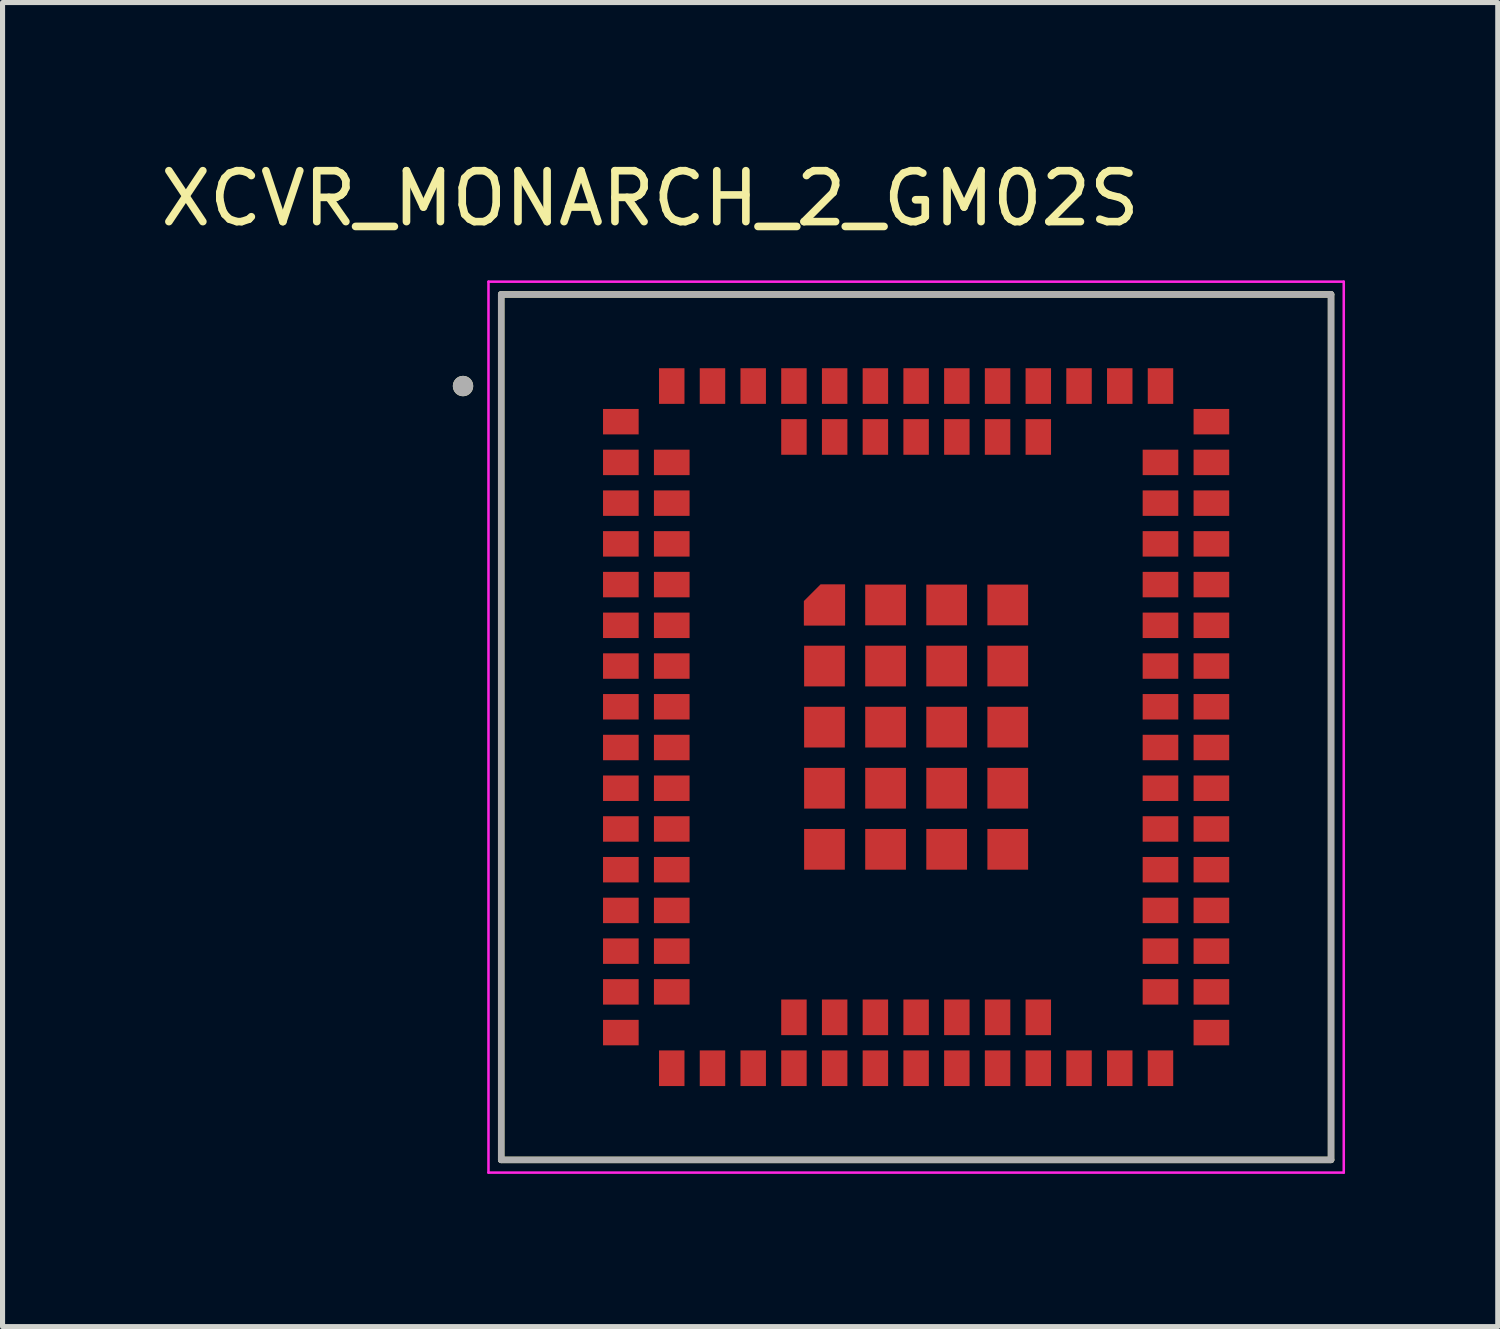
<source format=kicad_pcb>
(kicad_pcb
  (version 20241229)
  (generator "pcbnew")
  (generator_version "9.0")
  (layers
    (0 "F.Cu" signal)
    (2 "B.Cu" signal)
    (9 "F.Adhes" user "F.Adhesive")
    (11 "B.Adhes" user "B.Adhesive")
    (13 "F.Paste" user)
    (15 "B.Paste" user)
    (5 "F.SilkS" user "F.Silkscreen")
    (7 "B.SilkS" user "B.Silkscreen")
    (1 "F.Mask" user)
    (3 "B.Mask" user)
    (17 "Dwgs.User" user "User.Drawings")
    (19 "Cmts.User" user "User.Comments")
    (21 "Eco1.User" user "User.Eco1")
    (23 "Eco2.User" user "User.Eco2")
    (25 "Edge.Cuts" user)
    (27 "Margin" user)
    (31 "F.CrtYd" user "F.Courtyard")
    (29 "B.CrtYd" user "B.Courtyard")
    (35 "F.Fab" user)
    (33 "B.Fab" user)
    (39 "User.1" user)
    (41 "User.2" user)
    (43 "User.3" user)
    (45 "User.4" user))
  (footprint "XCVR_MONARCH_2_GM02S"
    (layer "F.Cu")
    (at 14.945 11.233)
    (property "Reference" "XCVR_MONARCH_2_GM02S" (at -5.225 -10.385 0) (layer "F.SilkS") (effects (font (size 1 1) (thickness 0.15))))
    (attr smd)
    (fp_poly (pts (xy -2.3 -1.9) (xy -2.3 -2.525) (xy -1.925 -2.9) (xy -1.3 -2.9) (xy -1.3 -1.9)) (stroke (width 0.01) (type solid)) (fill yes) (layer "F.Mask"))
    (fp_line (start -8.15 -8.5) (end 8.15 -8.5) (stroke (width 0.127) (type solid)) (layer "F.SilkS"))
    (fp_line (start -8.15 8.5) (end -8.15 -8.5) (stroke (width 0.127) (type solid)) (layer "F.SilkS"))
    (fp_line (start 8.15 -8.5) (end 8.15 8.5) (stroke (width 0.127) (type solid)) (layer "F.SilkS"))
    (fp_line (start 8.15 8.5) (end -8.15 8.5) (stroke (width 0.127) (type solid)) (layer "F.SilkS"))
    (fp_circle (center -8.9 -6.7) (end -8.8 -6.7) (stroke (width 0.2) (type solid)) (fill no) (layer "F.SilkS"))
    (fp_poly (pts (xy -2.2 -2) (xy -2.2 -2.475) (xy -1.875 -2.8) (xy -1.4 -2.8) (xy -1.4 -2)) (stroke (width 0.01) (type solid)) (fill yes) (layer "F.Paste"))
    (fp_line (start -8.4 -8.75) (end -8.4 8.75) (stroke (width 0.05) (type solid)) (layer "F.CrtYd"))
    (fp_line (start -8.4 8.75) (end 8.4 8.75) (stroke (width 0.05) (type solid)) (layer "F.CrtYd"))
    (fp_line (start 8.4 -8.75) (end -8.4 -8.75) (stroke (width 0.05) (type solid)) (layer "F.CrtYd"))
    (fp_line (start 8.4 8.75) (end 8.4 -8.75) (stroke (width 0.05) (type solid)) (layer "F.CrtYd"))
    (fp_line (start -8.15 -8.5) (end 8.15 -8.5) (stroke (width 0.127) (type solid)) (layer "F.Fab"))
    (fp_line (start -8.15 8.5) (end -8.15 -8.5) (stroke (width 0.127) (type solid)) (layer "F.Fab"))
    (fp_line (start 8.15 -8.5) (end 8.15 8.5) (stroke (width 0.127) (type solid)) (layer "F.Fab"))
    (fp_line (start 8.15 8.5) (end -8.15 8.5) (stroke (width 0.127) (type solid)) (layer "F.Fab"))
    (fp_circle (center -8.9 -6.7) (end -8.8 -6.7) (stroke (width 0.2) (type solid)) (fill no) (layer "F.Fab"))
    (pad "1" smd rect (at -4.8 -6.7) (size 0.5 0.7) (layers "F.Cu" "F.Mask" "F.Paste"))
    (pad "2" smd rect (at -4 -6.7) (size 0.5 0.7) (layers "F.Cu" "F.Mask" "F.Paste"))
    (pad "3" smd rect (at -3.2 -6.7) (size 0.5 0.7) (layers "F.Cu" "F.Mask" "F.Paste"))
    (pad "4" smd rect (at -2.4 -6.7) (size 0.5 0.7) (layers "F.Cu" "F.Mask" "F.Paste"))
    (pad "5" smd rect (at -2.4 -5.7) (size 0.5 0.7) (layers "F.Cu" "F.Mask" "F.Paste"))
    (pad "6" smd rect (at -1.6 -6.7) (size 0.5 0.7) (layers "F.Cu" "F.Mask" "F.Paste"))
    (pad "7" smd rect (at -1.6 -5.7) (size 0.5 0.7) (layers "F.Cu" "F.Mask" "F.Paste"))
    (pad "8" smd rect (at -0.8 -6.7) (size 0.5 0.7) (layers "F.Cu" "F.Mask" "F.Paste"))
    (pad "9" smd rect (at -0.8 -5.7) (size 0.5 0.7) (layers "F.Cu" "F.Mask" "F.Paste"))
    (pad "10" smd rect (at 0 -6.7) (size 0.5 0.7) (layers "F.Cu" "F.Mask" "F.Paste"))
    (pad "11" smd rect (at 0 -5.7) (size 0.5 0.7) (layers "F.Cu" "F.Mask" "F.Paste"))
    (pad "12" smd rect (at 0.8 -6.7) (size 0.5 0.7) (layers "F.Cu" "F.Mask" "F.Paste"))
    (pad "13" smd rect (at 0.8 -5.7) (size 0.5 0.7) (layers "F.Cu" "F.Mask" "F.Paste"))
    (pad "14" smd rect (at 1.6 -6.7) (size 0.5 0.7) (layers "F.Cu" "F.Mask" "F.Paste"))
    (pad "15" smd rect (at 1.6 -5.7) (size 0.5 0.7) (layers "F.Cu" "F.Mask" "F.Paste"))
    (pad "16" smd rect (at 2.4 -6.7) (size 0.5 0.7) (layers "F.Cu" "F.Mask" "F.Paste"))
    (pad "17" smd rect (at 2.4 -5.7) (size 0.5 0.7) (layers "F.Cu" "F.Mask" "F.Paste"))
    (pad "18" smd rect (at 3.2 -6.7) (size 0.5 0.7) (layers "F.Cu" "F.Mask" "F.Paste"))
    (pad "19" smd rect (at 4 -6.7) (size 0.5 0.7) (layers "F.Cu" "F.Mask" "F.Paste"))
    (pad "20" smd rect (at 4.8 -6.7) (size 0.5 0.7) (layers "F.Cu" "F.Mask" "F.Paste"))
    (pad "21" smd rect (at 5.8 -6) (size 0.7 0.5) (layers "F.Cu" "F.Mask" "F.Paste"))
    (pad "22" smd rect (at 5.8 -5.2) (size 0.7 0.5) (layers "F.Cu" "F.Mask" "F.Paste"))
    (pad "23" smd rect (at 4.8 -5.2) (size 0.7 0.5) (layers "F.Cu" "F.Mask" "F.Paste"))
    (pad "24" smd rect (at 5.8 -4.4) (size 0.7 0.5) (layers "F.Cu" "F.Mask" "F.Paste"))
    (pad "25" smd rect (at 4.8 -4.4) (size 0.7 0.5) (layers "F.Cu" "F.Mask" "F.Paste"))
    (pad "26" smd rect (at 5.8 -3.6) (size 0.7 0.5) (layers "F.Cu" "F.Mask" "F.Paste"))
    (pad "27" smd rect (at 4.8 -3.6) (size 0.7 0.5) (layers "F.Cu" "F.Mask" "F.Paste"))
    (pad "28" smd rect (at 5.8 -2.8) (size 0.7 0.5) (layers "F.Cu" "F.Mask" "F.Paste"))
    (pad "29" smd rect (at 4.8 -2.8) (size 0.7 0.5) (layers "F.Cu" "F.Mask" "F.Paste"))
    (pad "30" smd rect (at 5.8 -2) (size 0.7 0.5) (layers "F.Cu" "F.Mask" "F.Paste"))
    (pad "31" smd rect (at 4.8 -2) (size 0.7 0.5) (layers "F.Cu" "F.Mask" "F.Paste"))
    (pad "32" smd rect (at 5.8 -1.2) (size 0.7 0.5) (layers "F.Cu" "F.Mask" "F.Paste"))
    (pad "33" smd rect (at 4.8 -1.2) (size 0.7 0.5) (layers "F.Cu" "F.Mask" "F.Paste"))
    (pad "34" smd rect (at 5.8 -0.4) (size 0.7 0.5) (layers "F.Cu" "F.Mask" "F.Paste"))
    (pad "35" smd rect (at 4.8 -0.4) (size 0.7 0.5) (layers "F.Cu" "F.Mask" "F.Paste"))
    (pad "36" smd rect (at 5.8 0.4) (size 0.7 0.5) (layers "F.Cu" "F.Mask" "F.Paste"))
    (pad "37" smd rect (at 4.8 0.4) (size 0.7 0.5) (layers "F.Cu" "F.Mask" "F.Paste"))
    (pad "38" smd rect (at 5.8 1.2) (size 0.7 0.5) (layers "F.Cu" "F.Mask" "F.Paste"))
    (pad "39" smd rect (at 4.8 1.2) (size 0.7 0.5) (layers "F.Cu" "F.Mask" "F.Paste"))
    (pad "40" smd rect (at 5.8 2) (size 0.7 0.5) (layers "F.Cu" "F.Mask" "F.Paste"))
    (pad "41" smd rect (at 4.8 2) (size 0.7 0.5) (layers "F.Cu" "F.Mask" "F.Paste"))
    (pad "42" smd rect (at 5.8 2.8) (size 0.7 0.5) (layers "F.Cu" "F.Mask" "F.Paste"))
    (pad "43" smd rect (at 4.8 2.8) (size 0.7 0.5) (layers "F.Cu" "F.Mask" "F.Paste"))
    (pad "44" smd rect (at 5.8 3.6) (size 0.7 0.5) (layers "F.Cu" "F.Mask" "F.Paste"))
    (pad "45" smd rect (at 4.8 3.6) (size 0.7 0.5) (layers "F.Cu" "F.Mask" "F.Paste"))
    (pad "46" smd rect (at 5.8 4.4) (size 0.7 0.5) (layers "F.Cu" "F.Mask" "F.Paste"))
    (pad "47" smd rect (at 4.8 4.4) (size 0.7 0.5) (layers "F.Cu" "F.Mask" "F.Paste"))
    (pad "48" smd rect (at 5.8 5.2) (size 0.7 0.5) (layers "F.Cu" "F.Mask" "F.Paste"))
    (pad "49" smd rect (at 4.8 5.2) (size 0.7 0.5) (layers "F.Cu" "F.Mask" "F.Paste"))
    (pad "50" smd rect (at 5.8 6) (size 0.7 0.5) (layers "F.Cu" "F.Mask" "F.Paste"))
    (pad "51" smd rect (at 4.8 6.7) (size 0.5 0.7) (layers "F.Cu" "F.Mask" "F.Paste"))
    (pad "52" smd rect (at 4 6.7) (size 0.5 0.7) (layers "F.Cu" "F.Mask" "F.Paste"))
    (pad "53" smd rect (at 3.2 6.7) (size 0.5 0.7) (layers "F.Cu" "F.Mask" "F.Paste"))
    (pad "54" smd rect (at 2.4 6.7) (size 0.5 0.7) (layers "F.Cu" "F.Mask" "F.Paste"))
    (pad "55" smd rect (at 2.4 5.7) (size 0.5 0.7) (layers "F.Cu" "F.Mask" "F.Paste"))
    (pad "56" smd rect (at 1.6 6.7) (size 0.5 0.7) (layers "F.Cu" "F.Mask" "F.Paste"))
    (pad "57" smd rect (at 1.6 5.7) (size 0.5 0.7) (layers "F.Cu" "F.Mask" "F.Paste"))
    (pad "58" smd rect (at 0.8 6.7) (size 0.5 0.7) (layers "F.Cu" "F.Mask" "F.Paste"))
    (pad "59" smd rect (at 0.8 5.7) (size 0.5 0.7) (layers "F.Cu" "F.Mask" "F.Paste"))
    (pad "60" smd rect (at 0 6.7) (size 0.5 0.7) (layers "F.Cu" "F.Mask" "F.Paste"))
    (pad "61" smd rect (at 0 5.7) (size 0.5 0.7) (layers "F.Cu" "F.Mask" "F.Paste"))
    (pad "62" smd rect (at -0.8 6.7) (size 0.5 0.7) (layers "F.Cu" "F.Mask" "F.Paste"))
    (pad "63" smd rect (at -0.8 5.7) (size 0.5 0.7) (layers "F.Cu" "F.Mask" "F.Paste"))
    (pad "64" smd rect (at -1.6 6.7) (size 0.5 0.7) (layers "F.Cu" "F.Mask" "F.Paste"))
    (pad "65" smd rect (at -1.6 5.7) (size 0.5 0.7) (layers "F.Cu" "F.Mask" "F.Paste"))
    (pad "66" smd rect (at -2.4 6.7) (size 0.5 0.7) (layers "F.Cu" "F.Mask" "F.Paste"))
    (pad "67" smd rect (at -2.4 5.7) (size 0.5 0.7) (layers "F.Cu" "F.Mask" "F.Paste"))
    (pad "68" smd rect (at -3.2 6.7) (size 0.5 0.7) (layers "F.Cu" "F.Mask" "F.Paste"))
    (pad "69" smd rect (at -4 6.7) (size 0.5 0.7) (layers "F.Cu" "F.Mask" "F.Paste"))
    (pad "70" smd rect (at -4.8 6.7) (size 0.5 0.7) (layers "F.Cu" "F.Mask" "F.Paste"))
    (pad "71" smd rect (at -5.8 6) (size 0.7 0.5) (layers "F.Cu" "F.Mask" "F.Paste"))
    (pad "72" smd rect (at -5.8 5.2) (size 0.7 0.5) (layers "F.Cu" "F.Mask" "F.Paste"))
    (pad "73" smd rect (at -4.8 5.2) (size 0.7 0.5) (layers "F.Cu" "F.Mask" "F.Paste"))
    (pad "74" smd rect (at -5.8 4.4) (size 0.7 0.5) (layers "F.Cu" "F.Mask" "F.Paste"))
    (pad "75" smd rect (at -4.8 4.4) (size 0.7 0.5) (layers "F.Cu" "F.Mask" "F.Paste"))
    (pad "76" smd rect (at -5.8 3.6) (size 0.7 0.5) (layers "F.Cu" "F.Mask" "F.Paste"))
    (pad "77" smd rect (at -4.8 3.6) (size 0.7 0.5) (layers "F.Cu" "F.Mask" "F.Paste"))
    (pad "78" smd rect (at -5.8 2.8) (size 0.7 0.5) (layers "F.Cu" "F.Mask" "F.Paste"))
    (pad "79" smd rect (at -4.8 2.8) (size 0.7 0.5) (layers "F.Cu" "F.Mask" "F.Paste"))
    (pad "80" smd rect (at -5.8 2) (size 0.7 0.5) (layers "F.Cu" "F.Mask" "F.Paste"))
    (pad "81" smd rect (at -4.8 2) (size 0.7 0.5) (layers "F.Cu" "F.Mask" "F.Paste"))
    (pad "82" smd rect (at -5.8 1.2) (size 0.7 0.5) (layers "F.Cu" "F.Mask" "F.Paste"))
    (pad "83" smd rect (at -4.8 1.2) (size 0.7 0.5) (layers "F.Cu" "F.Mask" "F.Paste"))
    (pad "84" smd rect (at -5.8 0.4) (size 0.7 0.5) (layers "F.Cu" "F.Mask" "F.Paste"))
    (pad "85" smd rect (at -4.8 0.4) (size 0.7 0.5) (layers "F.Cu" "F.Mask" "F.Paste"))
    (pad "86" smd rect (at -5.8 -0.4) (size 0.7 0.5) (layers "F.Cu" "F.Mask" "F.Paste"))
    (pad "87" smd rect (at -4.8 -0.4) (size 0.7 0.5) (layers "F.Cu" "F.Mask" "F.Paste"))
    (pad "88" smd rect (at -5.8 -1.2) (size 0.7 0.5) (layers "F.Cu" "F.Mask" "F.Paste"))
    (pad "89" smd rect (at -4.8 -1.2) (size 0.7 0.5) (layers "F.Cu" "F.Mask" "F.Paste"))
    (pad "90" smd rect (at -5.8 -2) (size 0.7 0.5) (layers "F.Cu" "F.Mask" "F.Paste"))
    (pad "91" smd rect (at -4.8 -2) (size 0.7 0.5) (layers "F.Cu" "F.Mask" "F.Paste"))
    (pad "92" smd rect (at -5.8 -2.8) (size 0.7 0.5) (layers "F.Cu" "F.Mask" "F.Paste"))
    (pad "93" smd rect (at -4.8 -2.8) (size 0.7 0.5) (layers "F.Cu" "F.Mask" "F.Paste"))
    (pad "94" smd rect (at -5.8 -3.6) (size 0.7 0.5) (layers "F.Cu" "F.Mask" "F.Paste"))
    (pad "95" smd rect (at -4.8 -3.6) (size 0.7 0.5) (layers "F.Cu" "F.Mask" "F.Paste"))
    (pad "96" smd rect (at -5.8 -4.4) (size 0.7 0.5) (layers "F.Cu" "F.Mask" "F.Paste"))
    (pad "97" smd rect (at -4.8 -4.4) (size 0.7 0.5) (layers "F.Cu" "F.Mask" "F.Paste"))
    (pad "98" smd rect (at -5.8 -5.2) (size 0.7 0.5) (layers "F.Cu" "F.Mask" "F.Paste"))
    (pad "99" smd rect (at -4.8 -5.2) (size 0.7 0.5) (layers "F.Cu" "F.Mask" "F.Paste"))
    (pad "100" smd rect (at -5.8 -6) (size 0.7 0.5) (layers "F.Cu" "F.Mask" "F.Paste"))
    (pad "G1" smd custom (at -1.8 -2.4) (size 0.4 0.4) (layers "F.Cu") (options (anchor rect)) (primitives (gr_poly (pts (xy -0.4 0.4) (xy -0.4 -0.075) (xy -0.075 -0.4) (xy 0.4 -0.4) (xy 0.4 0.4)) (width 0.01) (fill yes))))
    (pad "G2" smd rect (at -0.6 -2.4) (size 0.8 0.8) (layers "F.Cu" "F.Mask" "F.Paste"))
    (pad "G3" smd rect (at 0.6 -2.4) (size 0.8 0.8) (layers "F.Cu" "F.Mask" "F.Paste"))
    (pad "G4" smd rect (at 1.8 -2.4) (size 0.8 0.8) (layers "F.Cu" "F.Mask" "F.Paste"))
    (pad "G5" smd rect (at -1.8 -1.2) (size 0.8 0.8) (layers "F.Cu" "F.Mask" "F.Paste"))
    (pad "G6" smd rect (at -0.6 -1.2) (size 0.8 0.8) (layers "F.Cu" "F.Mask" "F.Paste"))
    (pad "G7" smd rect (at 0.6 -1.2) (size 0.8 0.8) (layers "F.Cu" "F.Mask" "F.Paste"))
    (pad "G8" smd rect (at 1.8 -1.2) (size 0.8 0.8) (layers "F.Cu" "F.Mask" "F.Paste"))
    (pad "G9" smd rect (at -1.8 0) (size 0.8 0.8) (layers "F.Cu" "F.Mask" "F.Paste"))
    (pad "G10" smd rect (at -0.6 0) (size 0.8 0.8) (layers "F.Cu" "F.Mask" "F.Paste"))
    (pad "G11" smd rect (at 0.6 0) (size 0.8 0.8) (layers "F.Cu" "F.Mask" "F.Paste"))
    (pad "G12" smd rect (at 1.8 0) (size 0.8 0.8) (layers "F.Cu" "F.Mask" "F.Paste"))
    (pad "G13" smd rect (at -1.8 1.2) (size 0.8 0.8) (layers "F.Cu" "F.Mask" "F.Paste"))
    (pad "G14" smd rect (at -0.6 1.2) (size 0.8 0.8) (layers "F.Cu" "F.Mask" "F.Paste"))
    (pad "G15" smd rect (at 0.6 1.2) (size 0.8 0.8) (layers "F.Cu" "F.Mask" "F.Paste"))
    (pad "G16" smd rect (at 1.8 1.2) (size 0.8 0.8) (layers "F.Cu" "F.Mask" "F.Paste"))
    (pad "G17" smd rect (at -1.8 2.4) (size 0.8 0.8) (layers "F.Cu" "F.Mask" "F.Paste"))
    (pad "G18" smd rect (at -0.6 2.4) (size 0.8 0.8) (layers "F.Cu" "F.Mask" "F.Paste"))
    (pad "G19" smd rect (at 0.6 2.4) (size 0.8 0.8) (layers "F.Cu" "F.Mask" "F.Paste"))
    (pad "G20" smd rect (at 1.8 2.4) (size 0.8 0.8) (layers "F.Cu" "F.Mask" "F.Paste")))
  (gr_rect
    (start -3 -3)
    (end 26.37 23.008)
    (stroke (width 0.1) (type default))
    (fill no)
    (layer "Edge.Cuts")))
</source>
